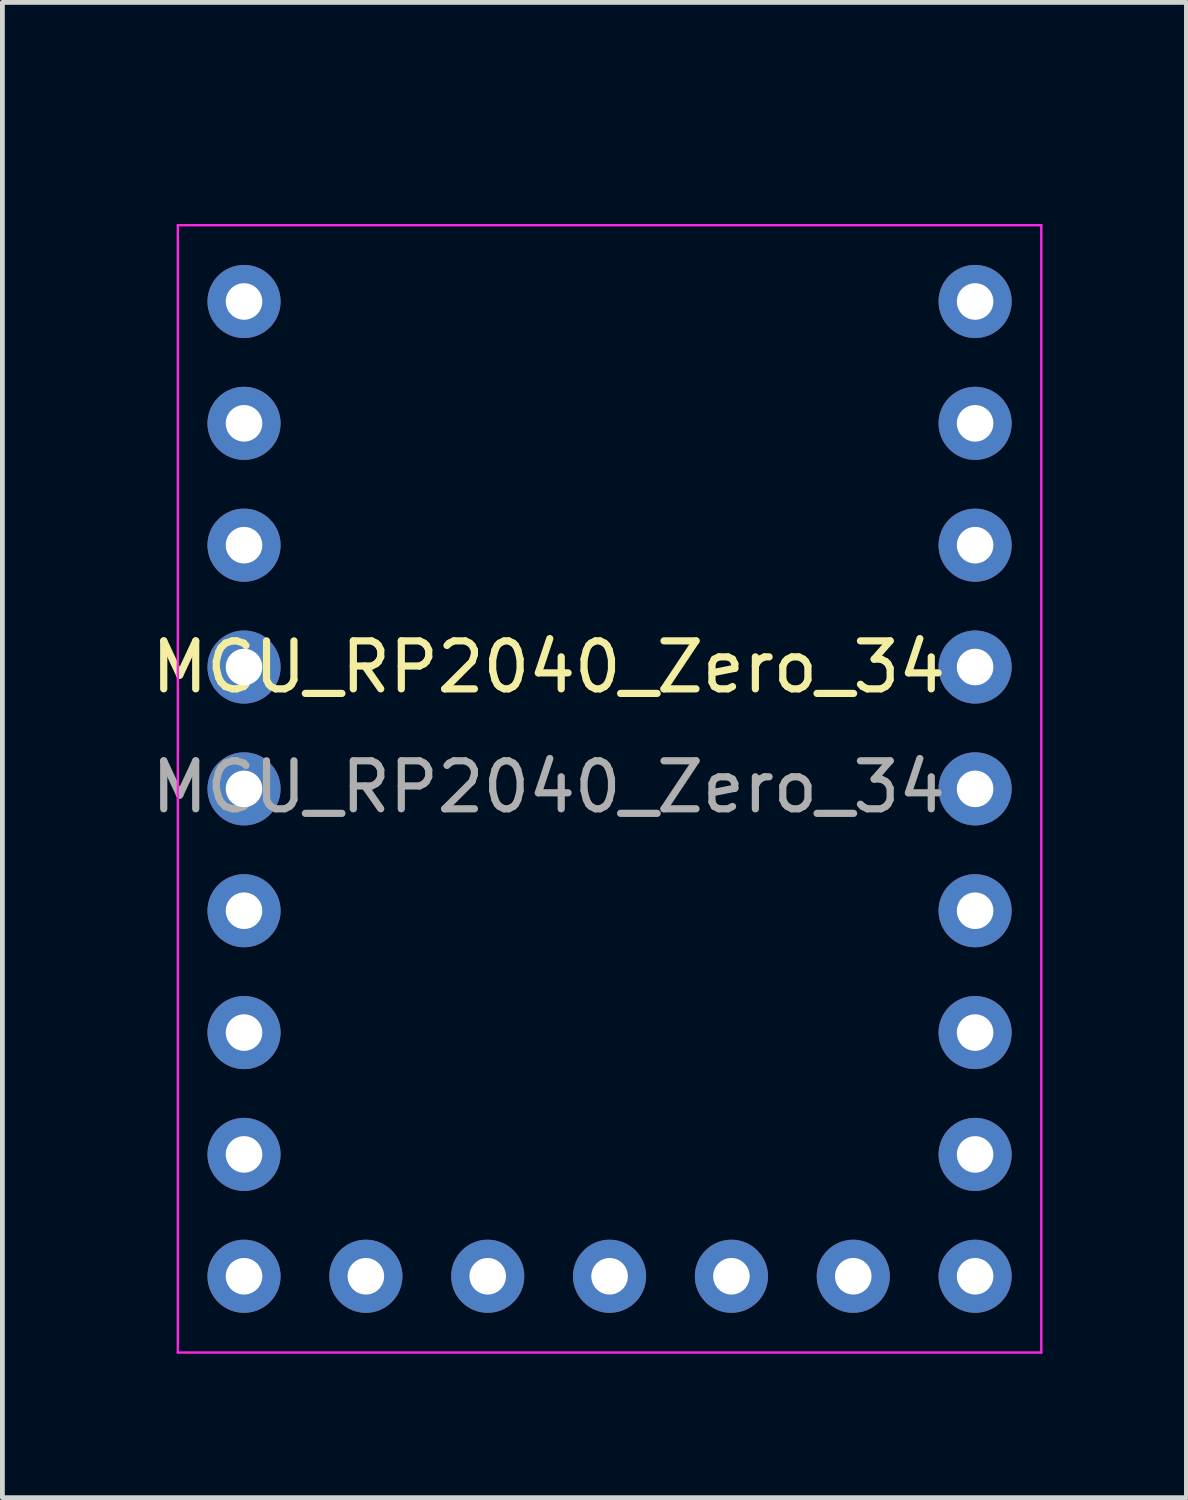
<source format=kicad_pcb>
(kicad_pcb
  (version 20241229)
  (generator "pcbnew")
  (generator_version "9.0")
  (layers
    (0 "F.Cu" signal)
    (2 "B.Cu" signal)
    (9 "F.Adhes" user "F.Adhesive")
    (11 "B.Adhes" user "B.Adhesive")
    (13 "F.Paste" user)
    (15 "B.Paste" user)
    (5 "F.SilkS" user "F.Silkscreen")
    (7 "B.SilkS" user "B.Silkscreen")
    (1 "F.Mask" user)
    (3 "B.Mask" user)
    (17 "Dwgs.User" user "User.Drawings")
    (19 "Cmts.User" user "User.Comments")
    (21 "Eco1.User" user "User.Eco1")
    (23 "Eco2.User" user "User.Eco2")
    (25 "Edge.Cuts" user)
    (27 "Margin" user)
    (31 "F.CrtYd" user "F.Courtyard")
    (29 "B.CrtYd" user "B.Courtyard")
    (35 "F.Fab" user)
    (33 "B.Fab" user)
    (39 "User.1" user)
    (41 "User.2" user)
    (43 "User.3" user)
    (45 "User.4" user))
  (footprint "MCU_RP2040_Zero_34"
    (layer "F.Cu")
    (at 7.117 10.855)
    (property "Reference" "MCU_RP2040_Zero_34" (at 1.27 0 0) (unlocked yes) (layer "F.SilkS") (effects (font (size 1 1) (thickness 0.15))))
    (attr through_hole)
    (fp_line (start -6.46 -9.21) (end 11.54 -9.21) (stroke (width 0.05) (type solid)) (layer "F.CrtYd"))
    (fp_line (start -6.46 14.29) (end -6.46 -9.21) (stroke (width 0.05) (type solid)) (layer "F.CrtYd"))
    (fp_line (start 11.54 -9.21) (end 11.54 14.29) (stroke (width 0.05) (type solid)) (layer "F.CrtYd"))
    (fp_line (start 11.54 14.29) (end -6.46 14.29) (stroke (width 0.05) (type solid)) (layer "F.CrtYd"))
    (fp_rect (start -3.556 4.674) (end -0.305 8.661) (stroke (width 0.12) (type solid)) (fill no) (layer "User.1"))
    (fp_rect (start 5.258 4.674) (end 8.509 8.661) (stroke (width 0.12) (type solid)) (fill no) (layer "User.1"))
    (fp_rect (start 7.722 -3.734) (end -2.388 -10.795) (stroke (width 0.12) (type solid)) (fill no) (layer "User.1"))
    (fp_text user "${REFERENCE}" (at 1.27 2.5 0) (unlocked yes) (layer "F.Fab") (effects (font (size 1 1) (thickness 0.15))))
    (fp_text user "USB C" (at 2.413 -8.763 0) (unlocked yes) (layer "User.1") (effects (font (size 0.75 0.75) (thickness 0.15))))
    (fp_text user "RESET" (at 6.833 6.655 270) (unlocked yes) (layer "User.1") (effects (font (size 0.75 0.75) (thickness 0.15))))
    (fp_text user "BOOT" (at -2.007 6.68 270) (unlocked yes) (layer "User.1") (effects (font (size 0.75 0.75) (thickness 0.15))))
    (pad "0" thru_hole circle (at 10.16 -7.62) (size 1.524 1.524) (drill 0.762) (layers "*.Cu" "*.Mask"))
    (pad "1" thru_hole circle (at 10.16 -5.08) (size 1.524 1.524) (drill 0.762) (layers "*.Cu" "*.Mask"))
    (pad "2" thru_hole circle (at 10.16 -2.54) (size 1.524 1.524) (drill 0.762) (layers "*.Cu" "*.Mask"))
    (pad "3" thru_hole circle (at 10.16 0) (size 1.524 1.524) (drill 0.762) (layers "*.Cu" "*.Mask"))
    (pad "4" thru_hole circle (at 10.16 2.54) (size 1.524 1.524) (drill 0.762) (layers "*.Cu" "*.Mask"))
    (pad "5" thru_hole circle (at 10.16 5.08) (size 1.524 1.524) (drill 0.762) (layers "*.Cu" "*.Mask"))
    (pad "6" thru_hole circle (at 10.16 7.62) (size 1.524 1.524) (drill 0.762) (layers "*.Cu" "*.Mask"))
    (pad "7" thru_hole circle (at 10.16 10.16) (size 1.524 1.524) (drill 0.762) (layers "*.Cu" "*.Mask"))
    (pad "8" thru_hole circle (at 10.16 12.7) (size 1.524 1.524) (drill 0.762) (layers "*.Cu" "*.Mask"))
    (pad "9" thru_hole circle (at 7.62 12.7) (size 1.524 1.524) (drill 0.762) (layers "*.Cu" "*.Mask"))
    (pad "10" thru_hole circle (at 5.08 12.7) (size 1.524 1.524) (drill 0.762) (layers "*.Cu" "*.Mask"))
    (pad "11" thru_hole circle (at 2.54 12.7) (size 1.524 1.524) (drill 0.762) (layers "*.Cu" "*.Mask"))
    (pad "12" thru_hole circle (at 0 12.7) (size 1.524 1.524) (drill 0.762) (layers "*.Cu" "*.Mask"))
    (pad "13" thru_hole circle (at -2.54 12.7) (size 1.524 1.524) (drill 0.762) (layers "*.Cu" "*.Mask"))
    (pad "14" thru_hole circle (at -5.08 12.7) (size 1.524 1.524) (drill 0.762) (layers "*.Cu" "*.Mask"))
    (pad "15" thru_hole circle (at -5.08 10.16) (size 1.524 1.524) (drill 0.762) (layers "*.Cu" "*.Mask"))
    (pad "26" thru_hole circle (at -5.08 7.62) (size 1.524 1.524) (drill 0.762) (layers "*.Cu" "*.Mask"))
    (pad "27" thru_hole circle (at -5.08 5.08) (size 1.524 1.524) (drill 0.762) (layers "*.Cu" "*.Mask"))
    (pad "28" thru_hole circle (at -5.08 2.54) (size 1.524 1.524) (drill 0.762) (layers "*.Cu" "*.Mask"))
    (pad "29" thru_hole circle (at -5.08 0) (size 1.524 1.524) (drill 0.762) (layers "*.Cu" "*.Mask"))
    (pad "30" thru_hole circle (at -5.08 -2.54) (size 1.524 1.524) (drill 0.762) (layers "*.Cu" "*.Mask"))
    (pad "31" thru_hole circle (at -5.08 -5.08) (size 1.524 1.524) (drill 0.762) (layers "*.Cu" "*.Mask"))
    (pad "32" thru_hole circle (at -5.08 -7.62) (size 1.524 1.524) (drill 0.762) (layers "*.Cu" "*.Mask")))
  (gr_rect
    (start -3 -3)
    (end 21.682 28.17)
    (stroke (width 0.1) (type default))
    (fill no)
    (layer "Edge.Cuts")))
</source>
